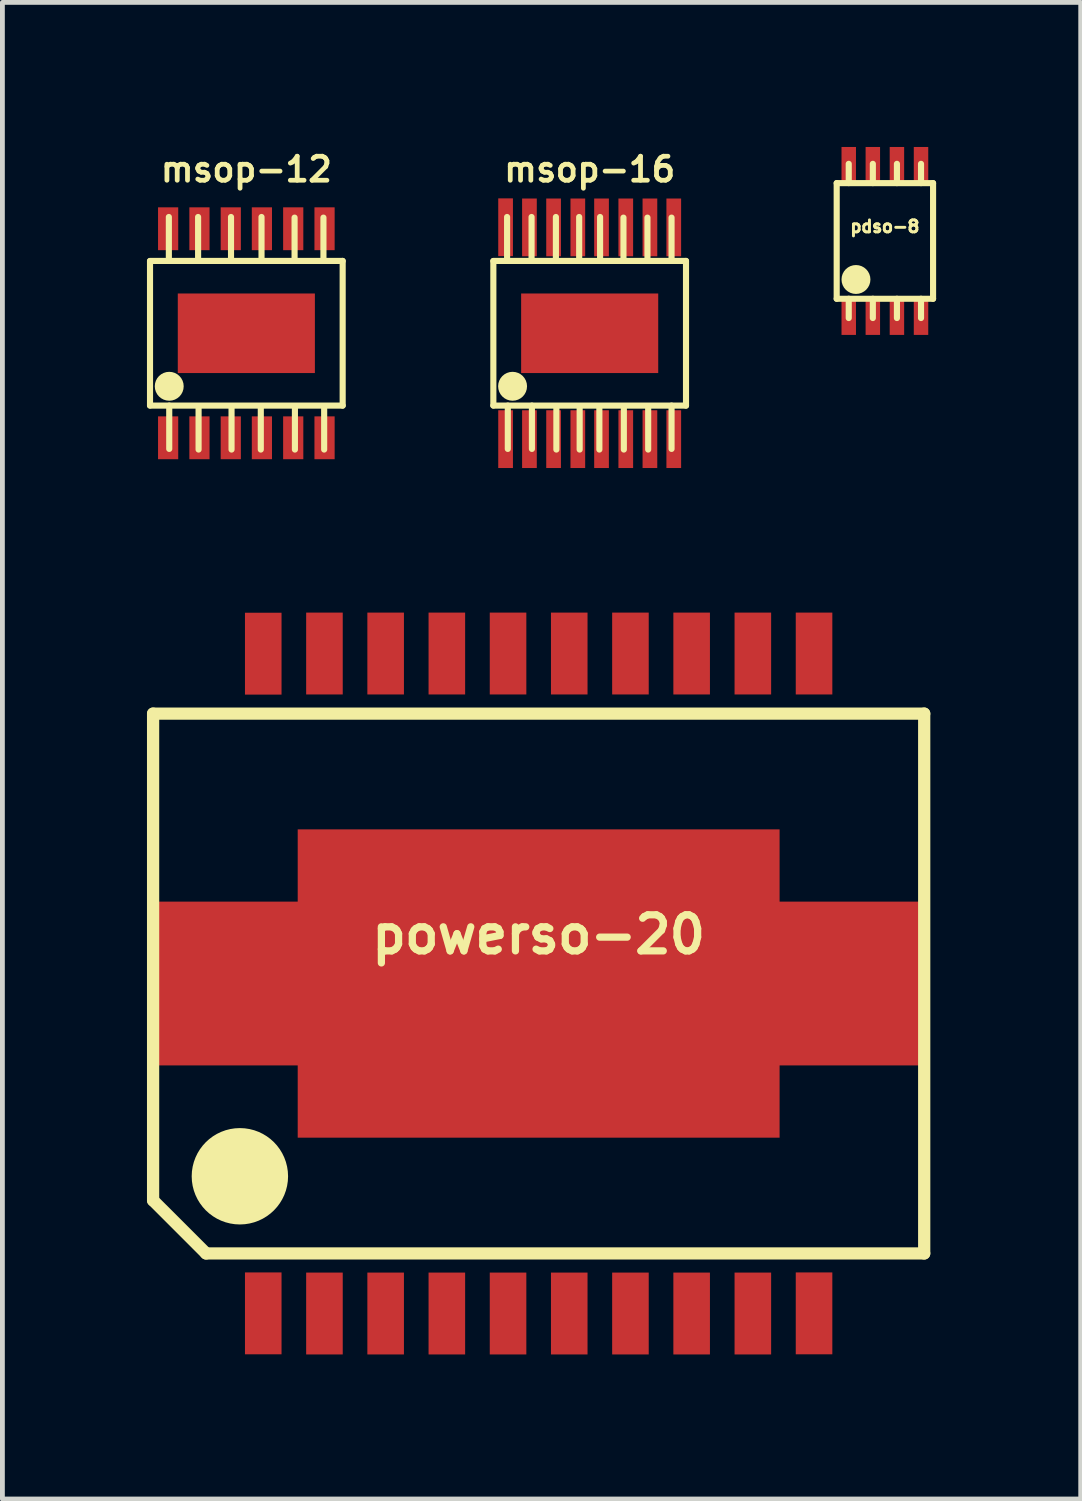
<source format=kicad_pcb>
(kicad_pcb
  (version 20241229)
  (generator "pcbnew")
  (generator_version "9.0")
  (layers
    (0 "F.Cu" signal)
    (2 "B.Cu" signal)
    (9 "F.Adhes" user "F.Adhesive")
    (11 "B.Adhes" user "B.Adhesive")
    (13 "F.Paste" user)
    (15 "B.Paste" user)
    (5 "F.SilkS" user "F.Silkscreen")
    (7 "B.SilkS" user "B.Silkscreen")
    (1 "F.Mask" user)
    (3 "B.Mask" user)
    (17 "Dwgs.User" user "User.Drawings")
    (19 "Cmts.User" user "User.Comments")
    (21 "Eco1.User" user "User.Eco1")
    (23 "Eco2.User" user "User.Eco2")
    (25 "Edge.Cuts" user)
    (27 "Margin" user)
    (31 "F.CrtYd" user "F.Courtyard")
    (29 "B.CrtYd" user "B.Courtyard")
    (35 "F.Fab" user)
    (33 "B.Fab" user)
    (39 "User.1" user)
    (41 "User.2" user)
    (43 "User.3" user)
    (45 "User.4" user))
  (footprint "msop-16"
    (layer "F.Cu")
    (at 9.187 3.866)
    (property "Reference" "msop-16" (at 0 -3.401 0) (layer "F.SilkS") (effects (font (size 0.498 0.498) (thickness 0.099))))
    (attr smd)
    (fp_line (start -1.999 -1.501) (end 1.999 -1.501) (stroke (width 0.127) (type solid)) (layer "F.SilkS"))
    (fp_line (start -1.999 -1.499) (end -1.999 1.499) (stroke (width 0.127) (type solid)) (layer "F.SilkS"))
    (fp_line (start -1.999 1.501) (end 1.999 1.501) (stroke (width 0.127) (type solid)) (layer "F.SilkS"))
    (fp_line (start -1.714 -2.413) (end -1.714 -1.524) (stroke (width 0.127) (type solid)) (layer "F.SilkS"))
    (fp_line (start -1.699 2.4) (end -1.699 1.501) (stroke (width 0.127) (type solid)) (layer "F.SilkS"))
    (fp_line (start -1.206 -2.413) (end -1.206 -1.524) (stroke (width 0.127) (type solid)) (layer "F.SilkS"))
    (fp_line (start -1.199 2.4) (end -1.199 1.501) (stroke (width 0.127) (type solid)) (layer "F.SilkS"))
    (fp_line (start -0.701 -2.413) (end -0.701 -1.524) (stroke (width 0.127) (type solid)) (layer "F.SilkS"))
    (fp_line (start -0.691 2.413) (end -0.691 1.524) (stroke (width 0.127) (type solid)) (layer "F.SilkS"))
    (fp_line (start -0.218 -2.413) (end -0.218 -1.524) (stroke (width 0.127) (type solid)) (layer "F.SilkS"))
    (fp_line (start -0.208 2.413) (end -0.208 1.524) (stroke (width 0.127) (type solid)) (layer "F.SilkS"))
    (fp_line (start 0.201 2.413) (end 0.201 1.524) (stroke (width 0.127) (type solid)) (layer "F.SilkS"))
    (fp_line (start 0.216 -2.413) (end 0.216 -1.524) (stroke (width 0.127) (type solid)) (layer "F.SilkS"))
    (fp_line (start 0.701 -2.4) (end 0.701 -1.501) (stroke (width 0.127) (type solid)) (layer "F.SilkS"))
    (fp_line (start 0.709 2.413) (end 0.709 1.524) (stroke (width 0.127) (type solid)) (layer "F.SilkS"))
    (fp_line (start 1.199 -2.4) (end 1.199 -1.501) (stroke (width 0.127) (type solid)) (layer "F.SilkS"))
    (fp_line (start 1.214 2.413) (end 1.214 1.524) (stroke (width 0.127) (type solid)) (layer "F.SilkS"))
    (fp_line (start 1.699 -2.4) (end 1.699 -1.501) (stroke (width 0.127) (type solid)) (layer "F.SilkS"))
    (fp_line (start 1.699 2.4) (end 1.699 1.501) (stroke (width 0.127) (type solid)) (layer "F.SilkS"))
    (fp_line (start 1.999 1.501) (end 1.999 -1.501) (stroke (width 0.127) (type solid)) (layer "F.SilkS"))
    (fp_circle (center -1.6 1.1) (end -1.45 1.1) (stroke (width 0.3) (type solid)) (fill no) (layer "F.SilkS"))
    (pad "1" smd rect (at -1.745 2.197) (size 0.305 1.199) (layers "F.Cu" "F.Mask" "F.Paste"))
    (pad "2" smd rect (at -1.25 2.197) (size 0.305 1.199) (layers "F.Cu" "F.Mask" "F.Paste"))
    (pad "3" smd rect (at -0.749 2.197) (size 0.305 1.199) (layers "F.Cu" "F.Mask" "F.Paste"))
    (pad "4" smd rect (at -0.246 2.197) (size 0.305 1.199) (layers "F.Cu" "F.Mask" "F.Paste"))
    (pad "5" smd rect (at 0.246 2.197) (size 0.305 1.199) (layers "F.Cu" "F.Mask" "F.Paste"))
    (pad "6" smd rect (at 0.749 2.197) (size 0.305 1.199) (layers "F.Cu" "F.Mask" "F.Paste"))
    (pad "7" smd rect (at 1.25 2.197) (size 0.305 1.199) (layers "F.Cu" "F.Mask" "F.Paste"))
    (pad "8" smd rect (at 1.745 2.197) (size 0.305 1.199) (layers "F.Cu" "F.Mask" "F.Paste"))
    (pad "9" smd rect (at 1.745 -2.197) (size 0.305 1.199) (layers "F.Cu" "F.Mask" "F.Paste"))
    (pad "10" smd rect (at 1.25 -2.197) (size 0.305 1.199) (layers "F.Cu" "F.Mask" "F.Paste"))
    (pad "11" smd rect (at 0.749 -2.197) (size 0.305 1.199) (layers "F.Cu" "F.Mask" "F.Paste"))
    (pad "12" smd rect (at 0.246 -2.197) (size 0.305 1.199) (layers "F.Cu" "F.Mask" "F.Paste"))
    (pad "13" smd rect (at -0.246 -2.197) (size 0.305 1.199) (layers "F.Cu" "F.Mask" "F.Paste"))
    (pad "14" smd rect (at -0.749 -2.197) (size 0.305 1.199) (layers "F.Cu" "F.Mask" "F.Paste"))
    (pad "15" smd rect (at -1.25 -2.197) (size 0.305 1.199) (layers "F.Cu" "F.Mask" "F.Paste"))
    (pad "16" smd rect (at -1.745 -2.2) (size 0.305 1.199) (layers "F.Cu" "F.Mask" "F.Paste"))
    (pad "17" smd rect (at 0 0) (size 2.845 1.651) (layers "F.Cu" "F.Mask" "F.Paste")))
  (footprint "msop-12"
    (layer "F.Cu")
    (at 2.062 3.866)
    (property "Reference" "msop-12" (at 0 -3.401 0) (layer "F.SilkS") (effects (font (size 0.498 0.498) (thickness 0.099))))
    (attr smd)
    (fp_line (start -1.999 -1.501) (end 1.999 -1.501) (stroke (width 0.127) (type solid)) (layer "F.SilkS"))
    (fp_line (start -1.999 -1.499) (end -1.999 1.499) (stroke (width 0.127) (type solid)) (layer "F.SilkS"))
    (fp_line (start -1.999 1.501) (end 1.999 1.501) (stroke (width 0.127) (type solid)) (layer "F.SilkS"))
    (fp_line (start -1.608 -2.413) (end -1.608 -1.524) (stroke (width 0.127) (type solid)) (layer "F.SilkS"))
    (fp_line (start -1.6 2.4) (end -1.6 1.501) (stroke (width 0.127) (type solid)) (layer "F.SilkS"))
    (fp_line (start -1.001 -2.413) (end -1.001 -1.524) (stroke (width 0.127) (type solid)) (layer "F.SilkS"))
    (fp_line (start -0.991 2.413) (end -0.991 1.524) (stroke (width 0.127) (type solid)) (layer "F.SilkS"))
    (fp_line (start -0.318 -2.413) (end -0.318 -1.524) (stroke (width 0.127) (type solid)) (layer "F.SilkS"))
    (fp_line (start -0.307 2.413) (end -0.307 1.524) (stroke (width 0.127) (type solid)) (layer "F.SilkS"))
    (fp_line (start 0.3 2.413) (end 0.3 1.524) (stroke (width 0.127) (type solid)) (layer "F.SilkS"))
    (fp_line (start 0.315 -2.413) (end 0.315 -1.524) (stroke (width 0.127) (type solid)) (layer "F.SilkS"))
    (fp_line (start 1.001 -2.4) (end 1.001 -1.501) (stroke (width 0.127) (type solid)) (layer "F.SilkS"))
    (fp_line (start 1.008 2.413) (end 1.008 1.524) (stroke (width 0.127) (type solid)) (layer "F.SilkS"))
    (fp_line (start 1.6 -2.4) (end 1.6 -1.501) (stroke (width 0.127) (type solid)) (layer "F.SilkS"))
    (fp_line (start 1.615 2.413) (end 1.615 1.524) (stroke (width 0.127) (type solid)) (layer "F.SilkS"))
    (fp_line (start 1.999 1.501) (end 1.999 -1.501) (stroke (width 0.127) (type solid)) (layer "F.SilkS"))
    (fp_circle (center -1.6 1.1) (end -1.45 1.1) (stroke (width 0.3) (type solid)) (fill no) (layer "F.SilkS"))
    (pad "1" smd rect (at -1.623 2.169) (size 0.419 0.889) (layers "F.Cu" "F.Mask" "F.Paste"))
    (pad "2" smd rect (at -0.973 2.169) (size 0.419 0.889) (layers "F.Cu" "F.Mask" "F.Paste"))
    (pad "3" smd rect (at -0.323 2.169) (size 0.419 0.889) (layers "F.Cu" "F.Mask" "F.Paste"))
    (pad "4" smd rect (at 0.323 2.169) (size 0.419 0.889) (layers "F.Cu" "F.Mask" "F.Paste"))
    (pad "5" smd rect (at 0.973 2.169) (size 0.419 0.889) (layers "F.Cu" "F.Mask" "F.Paste"))
    (pad "6" smd rect (at 1.623 2.169) (size 0.419 0.889) (layers "F.Cu" "F.Mask" "F.Paste"))
    (pad "7" smd rect (at 1.623 -2.169) (size 0.419 0.889) (layers "F.Cu" "F.Mask" "F.Paste"))
    (pad "8" smd rect (at 0.973 -2.169) (size 0.419 0.889) (layers "F.Cu" "F.Mask" "F.Paste"))
    (pad "9" smd rect (at 0.323 -2.169) (size 0.419 0.889) (layers "F.Cu" "F.Mask" "F.Paste"))
    (pad "10" smd rect (at -0.323 -2.169) (size 0.419 0.889) (layers "F.Cu" "F.Mask" "F.Paste"))
    (pad "11" smd rect (at -0.973 -2.169) (size 0.419 0.889) (layers "F.Cu" "F.Mask" "F.Paste"))
    (pad "12" smd rect (at -1.623 -2.169) (size 0.419 0.889) (layers "F.Cu" "F.Mask" "F.Paste"))
    (pad "13" smd rect (at 0 0) (size 2.845 1.651) (layers "F.Cu" "F.Mask" "F.Paste")))
  (footprint "powerso-20"
    (layer "F.Cu")
    (at 8.128 17.36)
    (property "Reference" "powerso-20" (at 0 -1.016 0) (layer "F.SilkS") (effects (font (size 0.749 0.749) (thickness 0.15))))
    (attr through_hole)
    (fp_line (start -8.001 -5.601) (end 8.001 -5.601) (stroke (width 0.254) (type solid)) (layer "F.SilkS"))
    (fp_line (start -8.001 4.501) (end -8.001 -5.601) (stroke (width 0.254) (type solid)) (layer "F.SilkS"))
    (fp_line (start -6.901 5.601) (end -8.001 4.501) (stroke (width 0.254) (type solid)) (layer "F.SilkS"))
    (fp_line (start -6.901 5.601) (end 8.001 5.601) (stroke (width 0.254) (type solid)) (layer "F.SilkS"))
    (fp_line (start 8.001 -5.601) (end 8.001 5.601) (stroke (width 0.254) (type solid)) (layer "F.SilkS"))
    (fp_circle (center -6.2 4) (end -5.7 4) (stroke (width 1) (type solid)) (fill no) (layer "F.SilkS"))
    (pad "1" smd rect (at -5.715 6.845) (size 0.759 1.699) (layers "F.Cu" "F.Mask" "F.Paste"))
    (pad "2" smd rect (at -4.445 6.848) (size 0.759 1.699) (layers "F.Cu" "F.Mask" "F.Paste"))
    (pad "3" smd rect (at -3.175 6.848) (size 0.759 1.699) (layers "F.Cu" "F.Mask" "F.Paste"))
    (pad "4" smd rect (at -1.905 6.848) (size 0.759 1.699) (layers "F.Cu" "F.Mask" "F.Paste"))
    (pad "5" smd rect (at -0.635 6.848) (size 0.759 1.699) (layers "F.Cu" "F.Mask" "F.Paste"))
    (pad "6" smd rect (at 0.635 6.848) (size 0.759 1.699) (layers "F.Cu" "F.Mask" "F.Paste"))
    (pad "7" smd rect (at 1.905 6.848) (size 0.759 1.699) (layers "F.Cu" "F.Mask" "F.Paste"))
    (pad "8" smd rect (at 3.175 6.848) (size 0.759 1.699) (layers "F.Cu" "F.Mask" "F.Paste"))
    (pad "9" smd rect (at 4.445 6.848) (size 0.759 1.699) (layers "F.Cu" "F.Mask" "F.Paste"))
    (pad "10" smd rect (at 5.715 6.845) (size 0.759 1.699) (layers "F.Cu" "F.Mask" "F.Paste"))
    (pad "11" smd rect (at 5.715 -6.848) (size 0.759 1.699) (layers "F.Cu" "F.Mask" "F.Paste"))
    (pad "12" smd rect (at 4.445 -6.848) (size 0.759 1.699) (layers "F.Cu" "F.Mask" "F.Paste"))
    (pad "13" smd rect (at 3.175 -6.848) (size 0.759 1.699) (layers "F.Cu" "F.Mask" "F.Paste"))
    (pad "14" smd rect (at 1.905 -6.848) (size 0.759 1.699) (layers "F.Cu" "F.Mask" "F.Paste"))
    (pad "15" smd rect (at 0.635 -6.848) (size 0.759 1.699) (layers "F.Cu" "F.Mask" "F.Paste"))
    (pad "16" smd rect (at -0.635 -6.848) (size 0.759 1.699) (layers "F.Cu" "F.Mask" "F.Paste"))
    (pad "17" smd rect (at -1.905 -6.848) (size 0.759 1.699) (layers "F.Cu" "F.Mask" "F.Paste"))
    (pad "18" smd rect (at -3.175 -6.848) (size 0.759 1.699) (layers "F.Cu" "F.Mask" "F.Paste"))
    (pad "19" smd rect (at -4.445 -6.848) (size 0.759 1.699) (layers "F.Cu" "F.Mask" "F.Paste"))
    (pad "20" smd rect (at -5.715 -6.845) (size 0.759 1.699) (layers "F.Cu" "F.Mask" "F.Paste"))
    (pad "21" smd rect (at 0 0) (size 10 6.398) (layers "F.Cu" "F.Mask" "F.Paste"))
    (pad "21" smd rect (at 0 0) (size 16.099 3.399) (layers "F.Cu" "F.Mask" "F.Paste")))
  (footprint "pdso-8"
    (layer "F.Cu")
    (at 15.313 1.95)
    (property "Reference" "pdso-8" (at 0 -0.3 0) (layer "F.SilkS") (effects (font (size 0.249 0.249) (thickness 0.061))))
    (attr through_hole)
    (fp_line (start -1 -1.2) (end 1 -1.2) (stroke (width 0.127) (type solid)) (layer "F.SilkS"))
    (fp_line (start -1 1.2) (end -1 -1.2) (stroke (width 0.127) (type solid)) (layer "F.SilkS"))
    (fp_line (start -0.75 -1.6) (end -0.75 -1.2) (stroke (width 0.127) (type solid)) (layer "F.SilkS"))
    (fp_line (start -0.75 1.2) (end -0.75 1.6) (stroke (width 0.127) (type solid)) (layer "F.SilkS"))
    (fp_line (start -0.25 -1.6) (end -0.25 -1.2) (stroke (width 0.127) (type solid)) (layer "F.SilkS"))
    (fp_line (start -0.25 1.2) (end -0.25 1.6) (stroke (width 0.127) (type solid)) (layer "F.SilkS"))
    (fp_line (start 0.25 -1.6) (end 0.25 -1.2) (stroke (width 0.127) (type solid)) (layer "F.SilkS"))
    (fp_line (start 0.25 1.2) (end 0.25 1.6) (stroke (width 0.127) (type solid)) (layer "F.SilkS"))
    (fp_line (start 0.75 -1.6) (end 0.75 -1.2) (stroke (width 0.127) (type solid)) (layer "F.SilkS"))
    (fp_line (start 0.75 1.2) (end 0.75 1.6) (stroke (width 0.127) (type solid)) (layer "F.SilkS"))
    (fp_line (start 1 -1.2) (end 1 1.2) (stroke (width 0.127) (type solid)) (layer "F.SilkS"))
    (fp_line (start 1 1.2) (end -1 1.2) (stroke (width 0.127) (type solid)) (layer "F.SilkS"))
    (fp_circle (center -0.6 0.8) (end -0.45 0.8) (stroke (width 0.3) (type solid)) (fill no) (layer "F.SilkS"))
    (pad "1" smd rect (at -0.75 1.55) (size 0.3 0.8) (layers "F.Cu" "F.Mask" "F.Paste"))
    (pad "2" smd rect (at -0.25 1.55) (size 0.3 0.8) (layers "F.Cu" "F.Mask" "F.Paste"))
    (pad "3" smd rect (at 0.25 1.55) (size 0.3 0.8) (layers "F.Cu" "F.Mask" "F.Paste"))
    (pad "4" smd rect (at 0.75 1.55) (size 0.3 0.8) (layers "F.Cu" "F.Mask" "F.Paste"))
    (pad "5" smd rect (at 0.75 -1.55) (size 0.3 0.8) (layers "F.Cu" "F.Mask" "F.Paste"))
    (pad "6" smd rect (at 0.25 -1.55) (size 0.3 0.8) (layers "F.Cu" "F.Mask" "F.Paste"))
    (pad "7" smd rect (at -0.25 -1.55) (size 0.3 0.8) (layers "F.Cu" "F.Mask" "F.Paste"))
    (pad "8" smd rect (at -0.75 -1.55) (size 0.3 0.8) (layers "F.Cu" "F.Mask" "F.Paste")))
  (gr_rect
    (start -3 -3)
    (end 19.377 28.058)
    (stroke (width 0.1) (type default))
    (fill no)
    (layer "Edge.Cuts")))
</source>
